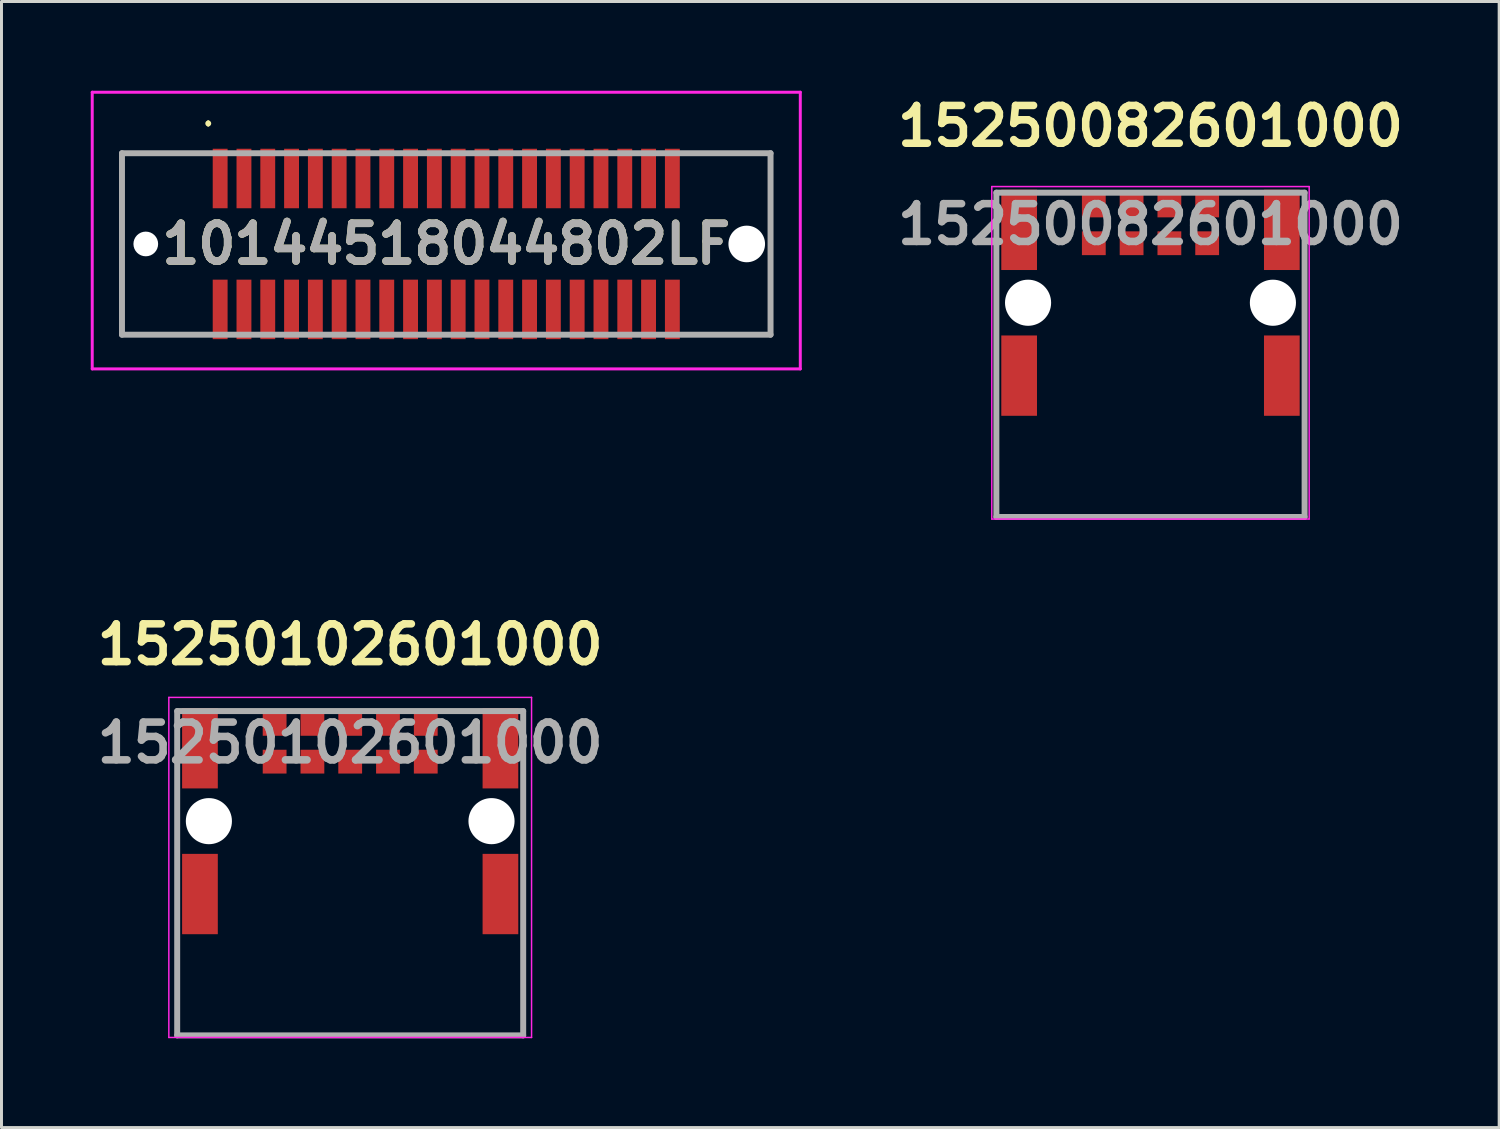
<source format=kicad_pcb>
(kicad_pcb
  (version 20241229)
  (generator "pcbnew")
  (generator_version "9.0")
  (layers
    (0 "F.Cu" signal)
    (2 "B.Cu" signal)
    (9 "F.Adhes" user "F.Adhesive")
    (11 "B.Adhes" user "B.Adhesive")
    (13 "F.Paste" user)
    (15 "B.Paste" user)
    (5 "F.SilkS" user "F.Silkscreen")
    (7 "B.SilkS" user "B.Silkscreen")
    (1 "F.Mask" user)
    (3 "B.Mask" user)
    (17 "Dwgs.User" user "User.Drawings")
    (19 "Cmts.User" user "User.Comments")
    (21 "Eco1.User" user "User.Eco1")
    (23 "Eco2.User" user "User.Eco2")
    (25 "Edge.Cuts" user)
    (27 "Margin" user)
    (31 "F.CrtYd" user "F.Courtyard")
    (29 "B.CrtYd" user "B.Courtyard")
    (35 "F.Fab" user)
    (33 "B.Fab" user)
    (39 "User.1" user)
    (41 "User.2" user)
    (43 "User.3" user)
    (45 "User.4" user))
  (footprint "15250102601000"
    (layer "F.Cu")
    (at 8.721 21.916)
    (property "Reference" "15250102601000" (at 0 -3.302 0) (layer "F.SilkS") (effects (font (size 1.27 1.27) (thickness 0.254))))
    (attr through_hole)
    (fp_line (start 5.815 9.835) (end -5.815 9.835) (stroke (width 0.1) (type solid)) (layer "F.SilkS"))
    (fp_line (start -6.096 -1.524) (end 6.096 -1.524) (stroke (width 0.05) (type solid)) (layer "F.CrtYd"))
    (fp_line (start -6.096 9.906) (end -6.096 -1.524) (stroke (width 0.05) (type solid)) (layer "F.CrtYd"))
    (fp_line (start 6.096 -1.524) (end 6.096 9.906) (stroke (width 0.05) (type solid)) (layer "F.CrtYd"))
    (fp_line (start 6.096 9.906) (end -6.096 9.906) (stroke (width 0.05) (type solid)) (layer "F.CrtYd"))
    (fp_line (start -5.815 -1.065) (end 5.815 -1.065) (stroke (width 0.2) (type solid)) (layer "F.Fab"))
    (fp_line (start -5.815 9.835) (end -5.815 -1.065) (stroke (width 0.2) (type solid)) (layer "F.Fab"))
    (fp_line (start 5.815 -1.065) (end 5.815 9.835) (stroke (width 0.2) (type solid)) (layer "F.Fab"))
    (fp_line (start 5.815 9.835) (end -5.815 9.835) (stroke (width 0.2) (type solid)) (layer "F.Fab"))
    (fp_text user "${REFERENCE}" (at 0 0 0) (layer "F.Fab") (effects (font (size 1.27 1.27) (thickness 0.254))))
    (pad "" np_thru_hole circle (at -4.75 2.635) (size 1.55 1.55) (drill 1.55) (layers "*.Cu" "*.Mask"))
    (pad "" np_thru_hole circle (at 4.75 2.635) (size 1.55 1.55) (drill 1.55) (layers "*.Cu" "*.Mask"))
    (pad "1" smd rect (at -2.54 0.635 90) (size 0.8 0.8) (layers "F.Cu" "F.Mask" "F.Paste"))
    (pad "2" smd rect (at -5.05 0.185) (size 1.2 2.7) (layers "F.Cu" "F.Mask" "F.Paste"))
    (pad "2" smd rect (at -5.05 5.085) (size 1.2 2.7) (layers "F.Cu" "F.Mask" "F.Paste"))
    (pad "2" smd rect (at -2.54 -0.635 90) (size 0.8 0.8) (layers "F.Cu" "F.Mask" "F.Paste"))
    (pad "2" smd rect (at 5.05 0.185) (size 1.2 2.7) (layers "F.Cu" "F.Mask" "F.Paste"))
    (pad "2" smd rect (at 5.05 5.085) (size 1.2 2.7) (layers "F.Cu" "F.Mask" "F.Paste"))
    (pad "3" smd rect (at -1.27 0.635 90) (size 0.8 0.8) (layers "F.Cu" "F.Mask" "F.Paste"))
    (pad "4" smd rect (at -1.27 -0.635 90) (size 0.8 0.8) (layers "F.Cu" "F.Mask" "F.Paste"))
    (pad "5" smd rect (at 0 0.635 90) (size 0.8 0.8) (layers "F.Cu" "F.Mask" "F.Paste"))
    (pad "6" smd rect (at 0 -0.635 90) (size 0.8 0.8) (layers "F.Cu" "F.Mask" "F.Paste"))
    (pad "7" smd rect (at 1.27 0.635 90) (size 0.8 0.8) (layers "F.Cu" "F.Mask" "F.Paste"))
    (pad "8" smd rect (at 1.27 -0.635 90) (size 0.8 0.8) (layers "F.Cu" "F.Mask" "F.Paste"))
    (pad "9" smd rect (at 2.54 0.635 90) (size 0.8 0.8) (layers "F.Cu" "F.Mask" "F.Paste"))
    (pad "10" smd rect (at 2.54 -0.635 90) (size 0.8 0.8) (layers "F.Cu" "F.Mask" "F.Paste")))
  (footprint "10144518044802LF"
    (layer "F.Cu")
    (at 11.95 5.15)
    (property "Reference" "10144518044802LF" (at 0 0 0) (layer "F.SilkS") (effects (font (size 1.27 1.27) (thickness 0.254))))
    (attr through_hole)
    (fp_line (start -10.9 -3.05) (end -10.9 3) (stroke (width 0.1) (type solid)) (layer "F.SilkS"))
    (fp_line (start -8.5 -3.05) (end -10.9 -3.05) (stroke (width 0.1) (type solid)) (layer "F.SilkS"))
    (fp_line (start -8 -4.1) (end -8 -4.1) (stroke (width 0.1) (type solid)) (layer "F.SilkS"))
    (fp_line (start -8 -4) (end -8 -4) (stroke (width 0.1) (type solid)) (layer "F.SilkS"))
    (fp_line (start 8.5 -3.05) (end 10.9 -3.05) (stroke (width 0.1) (type solid)) (layer "F.SilkS"))
    (fp_line (start 8.5 3.05) (end 10.9 3.05) (stroke (width 0.1) (type solid)) (layer "F.SilkS"))
    (fp_line (start 10.9 -3.05) (end 10.9 -1) (stroke (width 0.1) (type solid)) (layer "F.SilkS"))
    (fp_line (start 10.9 3.05) (end 10.9 1.5) (stroke (width 0.1) (type solid)) (layer "F.SilkS"))
    (fp_arc (start -8 -4.1) (mid -7.95 -4.05) (end -8 -4) (stroke (width 0.1) (type solid)) (layer "F.SilkS"))
    (fp_arc (start -8 -4) (mid -8.05 -4.05) (end -8 -4.1) (stroke (width 0.1) (type solid)) (layer "F.SilkS"))
    (fp_line (start -11.9 -5.1) (end 11.9 -5.1) (stroke (width 0.1) (type solid)) (layer "F.CrtYd"))
    (fp_line (start -11.9 4.2) (end -11.9 -5.1) (stroke (width 0.1) (type solid)) (layer "F.CrtYd"))
    (fp_line (start 11.9 -5.1) (end 11.9 4.2) (stroke (width 0.1) (type solid)) (layer "F.CrtYd"))
    (fp_line (start 11.9 4.2) (end -11.9 4.2) (stroke (width 0.1) (type solid)) (layer "F.CrtYd"))
    (fp_line (start -10.9 -3.05) (end 10.9 -3.05) (stroke (width 0.2) (type solid)) (layer "F.Fab"))
    (fp_line (start -10.9 3.05) (end -10.9 -3.05) (stroke (width 0.2) (type solid)) (layer "F.Fab"))
    (fp_line (start 10.9 -3.05) (end 10.9 3.05) (stroke (width 0.2) (type solid)) (layer "F.Fab"))
    (fp_line (start 10.9 3.05) (end -10.9 3.05) (stroke (width 0.2) (type solid)) (layer "F.Fab"))
    (fp_text user "${REFERENCE}" (at 0 0 0) (layer "F.Fab") (effects (font (size 1.27 1.27) (thickness 0.254))))
    (pad "" np_thru_hole circle (at -10.1 0) (size 0.83 0.83) (drill 0.83) (layers "*.Cu" "*.Mask"))
    (pad "" np_thru_hole circle (at 10.1 0) (size 1.23 1.23) (drill 1.23) (layers "*.Cu" "*.Mask"))
    (pad "1" smd rect (at -7.6 -2.2) (size 0.5 2) (layers "F.Cu" "F.Mask" "F.Paste"))
    (pad "2" smd rect (at -7.6 2.2) (size 0.5 2) (layers "F.Cu" "F.Mask" "F.Paste"))
    (pad "3" smd rect (at -6.8 -2.2) (size 0.5 2) (layers "F.Cu" "F.Mask" "F.Paste"))
    (pad "4" smd rect (at -6.8 2.2) (size 0.5 2) (layers "F.Cu" "F.Mask" "F.Paste"))
    (pad "5" smd rect (at -6 -2.2) (size 0.5 2) (layers "F.Cu" "F.Mask" "F.Paste"))
    (pad "6" smd rect (at -6 2.2) (size 0.5 2) (layers "F.Cu" "F.Mask" "F.Paste"))
    (pad "7" smd rect (at -5.2 -2.2) (size 0.5 2) (layers "F.Cu" "F.Mask" "F.Paste"))
    (pad "8" smd rect (at -5.2 2.2) (size 0.5 2) (layers "F.Cu" "F.Mask" "F.Paste"))
    (pad "9" smd rect (at -4.4 -2.2) (size 0.5 2) (layers "F.Cu" "F.Mask" "F.Paste"))
    (pad "10" smd rect (at -4.4 2.2) (size 0.5 2) (layers "F.Cu" "F.Mask" "F.Paste"))
    (pad "11" smd rect (at -3.6 -2.2) (size 0.5 2) (layers "F.Cu" "F.Mask" "F.Paste"))
    (pad "12" smd rect (at -3.6 2.2) (size 0.5 2) (layers "F.Cu" "F.Mask" "F.Paste"))
    (pad "13" smd rect (at -2.8 -2.2) (size 0.5 2) (layers "F.Cu" "F.Mask" "F.Paste"))
    (pad "14" smd rect (at -2.8 2.2) (size 0.5 2) (layers "F.Cu" "F.Mask" "F.Paste"))
    (pad "15" smd rect (at -2 -2.2) (size 0.5 2) (layers "F.Cu" "F.Mask" "F.Paste"))
    (pad "16" smd rect (at -2 2.2) (size 0.5 2) (layers "F.Cu" "F.Mask" "F.Paste"))
    (pad "17" smd rect (at -1.2 -2.2) (size 0.5 2) (layers "F.Cu" "F.Mask" "F.Paste"))
    (pad "18" smd rect (at -1.2 2.2) (size 0.5 2) (layers "F.Cu" "F.Mask" "F.Paste"))
    (pad "19" smd rect (at -0.4 -2.2) (size 0.5 2) (layers "F.Cu" "F.Mask" "F.Paste"))
    (pad "20" smd rect (at -0.4 2.2) (size 0.5 2) (layers "F.Cu" "F.Mask" "F.Paste"))
    (pad "21" smd rect (at 0.4 -2.2) (size 0.5 2) (layers "F.Cu" "F.Mask" "F.Paste"))
    (pad "22" smd rect (at 0.4 2.2) (size 0.5 2) (layers "F.Cu" "F.Mask" "F.Paste"))
    (pad "23" smd rect (at 1.2 -2.2) (size 0.5 2) (layers "F.Cu" "F.Mask" "F.Paste"))
    (pad "24" smd rect (at 1.2 2.2) (size 0.5 2) (layers "F.Cu" "F.Mask" "F.Paste"))
    (pad "25" smd rect (at 2 -2.2) (size 0.5 2) (layers "F.Cu" "F.Mask" "F.Paste"))
    (pad "26" smd rect (at 2 2.2) (size 0.5 2) (layers "F.Cu" "F.Mask" "F.Paste"))
    (pad "27" smd rect (at 2.8 -2.2) (size 0.5 2) (layers "F.Cu" "F.Mask" "F.Paste"))
    (pad "28" smd rect (at 2.8 2.2) (size 0.5 2) (layers "F.Cu" "F.Mask" "F.Paste"))
    (pad "29" smd rect (at 3.6 -2.2) (size 0.5 2) (layers "F.Cu" "F.Mask" "F.Paste"))
    (pad "30" smd rect (at 3.6 2.2) (size 0.5 2) (layers "F.Cu" "F.Mask" "F.Paste"))
    (pad "31" smd rect (at 4.4 -2.2) (size 0.5 2) (layers "F.Cu" "F.Mask" "F.Paste"))
    (pad "32" smd rect (at 4.4 2.2) (size 0.5 2) (layers "F.Cu" "F.Mask" "F.Paste"))
    (pad "33" smd rect (at 5.2 -2.2) (size 0.5 2) (layers "F.Cu" "F.Mask" "F.Paste"))
    (pad "34" smd rect (at 5.2 2.2) (size 0.5 2) (layers "F.Cu" "F.Mask" "F.Paste"))
    (pad "35" smd rect (at 6 -2.2) (size 0.5 2) (layers "F.Cu" "F.Mask" "F.Paste"))
    (pad "36" smd rect (at 6 2.2) (size 0.5 2) (layers "F.Cu" "F.Mask" "F.Paste"))
    (pad "37" smd rect (at 6.8 -2.2) (size 0.5 2) (layers "F.Cu" "F.Mask" "F.Paste"))
    (pad "38" smd rect (at 6.8 2.2) (size 0.5 2) (layers "F.Cu" "F.Mask" "F.Paste"))
    (pad "39" smd rect (at 7.6 -2.2) (size 0.5 2) (layers "F.Cu" "F.Mask" "F.Paste"))
    (pad "40" smd rect (at 7.6 2.2) (size 0.5 2) (layers "F.Cu" "F.Mask" "F.Paste")))
  (footprint "15250082601000"
    (layer "F.Cu")
    (at 35.621 4.491)
    (property "Reference" "15250082601000" (at 0 -3.302 0) (layer "F.SilkS") (effects (font (size 1.27 1.27) (thickness 0.254))))
    (attr through_hole)
    (fp_line (start 5.18 9.835) (end -5.18 9.835) (stroke (width 0.1) (type solid)) (layer "F.SilkS"))
    (fp_line (start -5.334 -1.27) (end 5.334 -1.27) (stroke (width 0.05) (type solid)) (layer "F.CrtYd"))
    (fp_line (start -5.334 9.906) (end -5.334 -1.27) (stroke (width 0.05) (type solid)) (layer "F.CrtYd"))
    (fp_line (start 5.334 -1.27) (end 5.334 9.906) (stroke (width 0.05) (type solid)) (layer "F.CrtYd"))
    (fp_line (start 5.334 9.906) (end -5.334 9.906) (stroke (width 0.05) (type solid)) (layer "F.CrtYd"))
    (fp_line (start -5.18 -1.065) (end 5.18 -1.065) (stroke (width 0.2) (type solid)) (layer "F.Fab"))
    (fp_line (start -5.18 9.835) (end -5.18 -1.065) (stroke (width 0.2) (type solid)) (layer "F.Fab"))
    (fp_line (start 5.18 -1.065) (end 5.18 9.835) (stroke (width 0.2) (type solid)) (layer "F.Fab"))
    (fp_line (start 5.18 9.835) (end -5.18 9.835) (stroke (width 0.2) (type solid)) (layer "F.Fab"))
    (fp_text user "${REFERENCE}" (at 0 0 0) (layer "F.Fab") (effects (font (size 1.27 1.27) (thickness 0.254))))
    (pad "" np_thru_hole circle (at -4.115 2.635) (size 1.55 1.55) (drill 1.55) (layers "*.Cu" "*.Mask"))
    (pad "" np_thru_hole circle (at 4.115 2.635) (size 1.55 1.55) (drill 1.55) (layers "*.Cu" "*.Mask"))
    (pad "1" smd rect (at -1.905 0.635 90) (size 0.8 0.8) (layers "F.Cu" "F.Mask" "F.Paste"))
    (pad "2" smd rect (at -1.905 -0.635 90) (size 0.8 0.8) (layers "F.Cu" "F.Mask" "F.Paste"))
    (pad "3" smd rect (at -0.635 0.635 90) (size 0.8 0.8) (layers "F.Cu" "F.Mask" "F.Paste"))
    (pad "4" smd rect (at -0.635 -0.635 90) (size 0.8 0.8) (layers "F.Cu" "F.Mask" "F.Paste"))
    (pad "5" smd rect (at 0.635 0.635 90) (size 0.8 0.8) (layers "F.Cu" "F.Mask" "F.Paste"))
    (pad "6" smd rect (at 0.635 -0.635 90) (size 0.8 0.8) (layers "F.Cu" "F.Mask" "F.Paste"))
    (pad "7" smd rect (at 1.905 0.635 90) (size 0.8 0.8) (layers "F.Cu" "F.Mask" "F.Paste"))
    (pad "8" smd rect (at 1.905 -0.635 90) (size 0.8 0.8) (layers "F.Cu" "F.Mask" "F.Paste"))
    (pad "9" smd rect (at -4.415 5.085) (size 1.2 2.7) (layers "F.Cu" "F.Mask" "F.Paste"))
    (pad "10" smd rect (at 4.415 5.085) (size 1.2 2.7) (layers "F.Cu" "F.Mask" "F.Paste"))
    (pad "11" smd rect (at -4.415 0.185) (size 1.2 2.7) (layers "F.Cu" "F.Mask" "F.Paste"))
    (pad "12" smd rect (at 4.415 0.185) (size 1.2 2.7) (layers "F.Cu" "F.Mask" "F.Paste")))
  (gr_rect
    (start -3 -3)
    (end 47.341 34.851)
    (stroke (width 0.1) (type default))
    (fill no)
    (layer "Edge.Cuts")))
</source>
